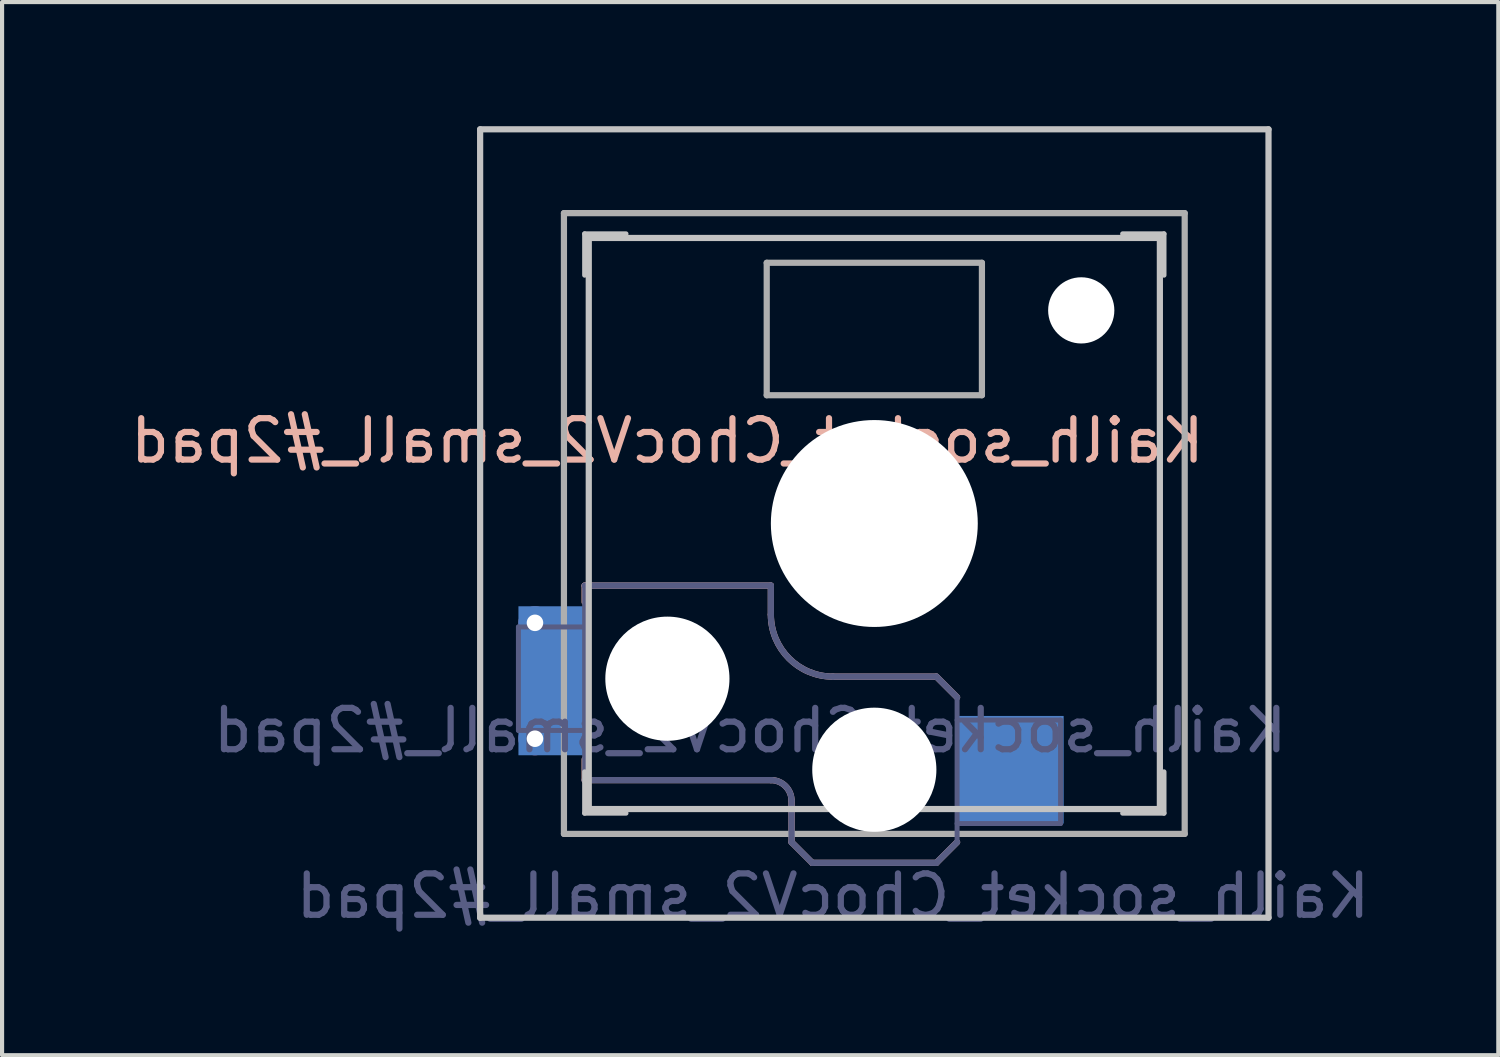
<source format=kicad_pcb>
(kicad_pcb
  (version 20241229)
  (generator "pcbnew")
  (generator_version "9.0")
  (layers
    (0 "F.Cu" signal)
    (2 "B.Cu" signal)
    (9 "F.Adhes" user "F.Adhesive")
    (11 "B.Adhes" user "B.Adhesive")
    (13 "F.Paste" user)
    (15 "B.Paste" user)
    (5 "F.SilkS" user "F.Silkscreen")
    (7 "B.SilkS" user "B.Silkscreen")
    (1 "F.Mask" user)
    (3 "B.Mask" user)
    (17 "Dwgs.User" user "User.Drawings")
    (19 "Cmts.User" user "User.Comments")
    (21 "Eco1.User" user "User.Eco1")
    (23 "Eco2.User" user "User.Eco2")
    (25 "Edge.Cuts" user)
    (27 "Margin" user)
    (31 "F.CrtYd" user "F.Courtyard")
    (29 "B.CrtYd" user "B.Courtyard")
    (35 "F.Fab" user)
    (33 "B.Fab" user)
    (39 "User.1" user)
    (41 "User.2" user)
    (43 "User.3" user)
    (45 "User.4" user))
  (footprint "Kailh_socket_ChocV2_small_#2pad"
    (layer "F.Cu")
    (at 18.077 9.6)
    (property "Reference" "Kailh_socket_ChocV2_small_#2pad" (at -5 -2 0) (layer "B.SilkS") (effects (font (size 1 1) (thickness 0.15)) (justify mirror)))
    (property "Value" "Kailh_socket_ChocV2_small_#2pad" (at 0 8.255 0) (layer "F.Fab") (hide yes) (effects (font (size 1 1) (thickness 0.15))))
    (attr through_hole)
    (fp_line (start -7 1.5) (end -7 1.9) (stroke (width 0.15) (type solid)) (layer "B.SilkS"))
    (fp_line (start -7 5.7) (end -7 6.2) (stroke (width 0.15) (type solid)) (layer "B.SilkS"))
    (fp_line (start -7 6.2) (end -2.5 6.2) (stroke (width 0.15) (type solid)) (layer "B.SilkS"))
    (fp_line (start -2.5 1.5) (end -7 1.5) (stroke (width 0.15) (type solid)) (layer "B.SilkS"))
    (fp_line (start -2.5 2.2) (end -2.5 1.5) (stroke (width 0.15) (type solid)) (layer "B.SilkS"))
    (fp_line (start -2 6.7) (end -2 7.7) (stroke (width 0.15) (type solid)) (layer "B.SilkS"))
    (fp_line (start -1.5 8.2) (end -2 7.7) (stroke (width 0.15) (type solid)) (layer "B.SilkS"))
    (fp_line (start 1.5 3.7) (end -1 3.7) (stroke (width 0.15) (type solid)) (layer "B.SilkS"))
    (fp_line (start 1.5 8.2) (end -1.5 8.2) (stroke (width 0.15) (type solid)) (layer "B.SilkS"))
    (fp_line (start 2 4.2) (end 1.5 3.7) (stroke (width 0.15) (type solid)) (layer "B.SilkS"))
    (fp_line (start 2 7.7) (end 1.5 8.2) (stroke (width 0.15) (type solid)) (layer "B.SilkS"))
    (fp_arc (start -2.5 6.2) (mid -2.146447 6.346447) (end -2 6.7) (stroke (width 0.15) (type solid)) (layer "B.SilkS"))
    (fp_arc (start -1 3.7) (mid -2.06066 3.26066) (end -2.5 2.2) (stroke (width 0.15) (type solid)) (layer "B.SilkS"))
    (fp_line (start -9.525 -9.525) (end 9.525 -9.525) (stroke (width 0.15) (type solid)) (layer "Dwgs.User"))
    (fp_line (start -9.525 9.525) (end -9.525 -9.525) (stroke (width 0.15) (type solid)) (layer "Dwgs.User"))
    (fp_line (start -7 -7) (end -7 -6) (stroke (width 0.12) (type solid)) (layer "Dwgs.User"))
    (fp_line (start -7 -7) (end -6 -7) (stroke (width 0.12) (type solid)) (layer "Dwgs.User"))
    (fp_line (start -7 7) (end -7 6) (stroke (width 0.12) (type solid)) (layer "Dwgs.User"))
    (fp_line (start -7 7) (end -6 7) (stroke (width 0.12) (type solid)) (layer "Dwgs.User"))
    (fp_line (start -6.9 6.9) (end -6.9 -6.9) (stroke (width 0.15) (type solid)) (layer "Dwgs.User"))
    (fp_line (start -6.9 6.9) (end 6.9 6.9) (stroke (width 0.15) (type solid)) (layer "Dwgs.User"))
    (fp_line (start 6.9 -6.9) (end -6.9 -6.9) (stroke (width 0.15) (type solid)) (layer "Dwgs.User"))
    (fp_line (start 6.9 -6.9) (end 6.9 6.9) (stroke (width 0.15) (type solid)) (layer "Dwgs.User"))
    (fp_line (start 7 -7) (end 6 -7) (stroke (width 0.12) (type solid)) (layer "Dwgs.User"))
    (fp_line (start 7 -7) (end 7 -6) (stroke (width 0.12) (type solid)) (layer "Dwgs.User"))
    (fp_line (start 7 7) (end 6 7) (stroke (width 0.12) (type solid)) (layer "Dwgs.User"))
    (fp_line (start 7 7) (end 7 6) (stroke (width 0.12) (type solid)) (layer "Dwgs.User"))
    (fp_line (start 9.525 -9.525) (end 9.525 9.525) (stroke (width 0.15) (type solid)) (layer "Dwgs.User"))
    (fp_line (start 9.525 9.525) (end -9.525 9.525) (stroke (width 0.15) (type solid)) (layer "Dwgs.User"))
    (fp_line (start -8.6 2.5) (end -7 2.5) (stroke (width 0.12) (type solid)) (layer "B.Fab"))
    (fp_line (start -8.6 5) (end -8.6 2.5) (stroke (width 0.12) (type solid)) (layer "B.Fab"))
    (fp_line (start -7 1.5) (end -7 6.2) (stroke (width 0.12) (type solid)) (layer "B.Fab"))
    (fp_line (start -7 5) (end -8.6 5) (stroke (width 0.12) (type solid)) (layer "B.Fab"))
    (fp_line (start -7 6.2) (end -2.5 6.2) (stroke (width 0.15) (type solid)) (layer "B.Fab"))
    (fp_line (start -2.5 1.5) (end -7 1.5) (stroke (width 0.15) (type solid)) (layer "B.Fab"))
    (fp_line (start -2.5 2.2) (end -2.5 1.5) (stroke (width 0.15) (type solid)) (layer "B.Fab"))
    (fp_line (start -2 6.7) (end -2 7.7) (stroke (width 0.15) (type solid)) (layer "B.Fab"))
    (fp_line (start -1.5 8.2) (end -2 7.7) (stroke (width 0.15) (type solid)) (layer "B.Fab"))
    (fp_line (start 1.5 3.7) (end -1 3.7) (stroke (width 0.15) (type solid)) (layer "B.Fab"))
    (fp_line (start 1.5 8.2) (end -1.5 8.2) (stroke (width 0.15) (type solid)) (layer "B.Fab"))
    (fp_line (start 2 4.2) (end 1.5 3.7) (stroke (width 0.15) (type solid)) (layer "B.Fab"))
    (fp_line (start 2 4.25) (end 2 7.7) (stroke (width 0.12) (type solid)) (layer "B.Fab"))
    (fp_line (start 2 4.75) (end 4.5 4.75) (stroke (width 0.12) (type solid)) (layer "B.Fab"))
    (fp_line (start 2 7.7) (end 1.5 8.2) (stroke (width 0.15) (type solid)) (layer "B.Fab"))
    (fp_line (start 4.5 4.75) (end 4.5 7.25) (stroke (width 0.12) (type solid)) (layer "B.Fab"))
    (fp_line (start 4.5 7.25) (end 2 7.25) (stroke (width 0.12) (type solid)) (layer "B.Fab"))
    (fp_arc (start -2.5 6.2) (mid -2.146447 6.346447) (end -2 6.7) (stroke (width 0.15) (type solid)) (layer "B.Fab"))
    (fp_arc (start -1 3.7) (mid -2.06066 3.26066) (end -2.5 2.2) (stroke (width 0.15) (type solid)) (layer "B.Fab"))
    (fp_line (start -7.5 -7.5) (end 7.5 -7.5) (stroke (width 0.15) (type solid)) (layer "F.Fab"))
    (fp_line (start -7.5 7.5) (end -7.5 -7.5) (stroke (width 0.15) (type solid)) (layer "F.Fab"))
    (fp_line (start -2.6 -3.1) (end -2.6 -6.3) (stroke (width 0.15) (type solid)) (layer "F.Fab"))
    (fp_line (start -2.6 -3.1) (end 2.6 -3.1) (stroke (width 0.15) (type solid)) (layer "F.Fab"))
    (fp_line (start 2.6 -6.3) (end -2.6 -6.3) (stroke (width 0.15) (type solid)) (layer "F.Fab"))
    (fp_line (start 2.6 -3.1) (end 2.6 -6.3) (stroke (width 0.15) (type solid)) (layer "F.Fab"))
    (fp_line (start 7.5 -7.5) (end 7.5 7.5) (stroke (width 0.15) (type solid)) (layer "F.Fab"))
    (fp_line (start 7.5 7.5) (end -7.5 7.5) (stroke (width 0.15) (type solid)) (layer "F.Fab"))
    (fp_text user "${REFERENCE}" (at -3 5 0) (layer "B.Fab") (effects (font (size 1 1) (thickness 0.15)) (justify mirror)))
    (fp_text user "${VALUE}" (at -1 9 0) (layer "B.Fab") (effects (font (size 1 1) (thickness 0.15)) (justify mirror)))
    (pad "" np_thru_hole circle (at -5 3.75) (size 3 3) (drill 3) (layers "*.Cu" "*.Mask"))
    (pad "" np_thru_hole circle (at 0 0) (size 5 5) (drill 5) (layers "*.Cu" "*.Mask"))
    (pad "" np_thru_hole circle (at 0 5.95) (size 3 3) (drill 3) (layers "*.Cu" "*.Mask"))
    (pad "" np_thru_hole circle (at 5 -5.15) (size 1.6 1.6) (drill 1.6) (layers "*.Cu" "*.Mask"))
    (pad "1" smd rect (at 3.275 5.95) (size 2.6 2.6) (layers "B.Cu" "B.Mask" "B.Paste"))
    (pad "2" thru_hole circle (at -8.2 2.4) (size 0.8 0.8) (drill 0.4) (layers "*.Cu" "*.Mask"))
    (pad "2" thru_hole circle (at -8.2 5.2) (size 0.8 0.8) (drill 0.4) (layers "*.Cu" "*.Mask"))
    (pad "2" smd rect (at -7.787 3.8) (size 1.625 3.6) (layers "B.Cu" "B.Mask" "B.Paste")))
  (gr_rect
    (start -3 -3)
    (end 33.155 22.448)
    (stroke (width 0.1) (type default))
    (fill no)
    (layer "Edge.Cuts")))
</source>
